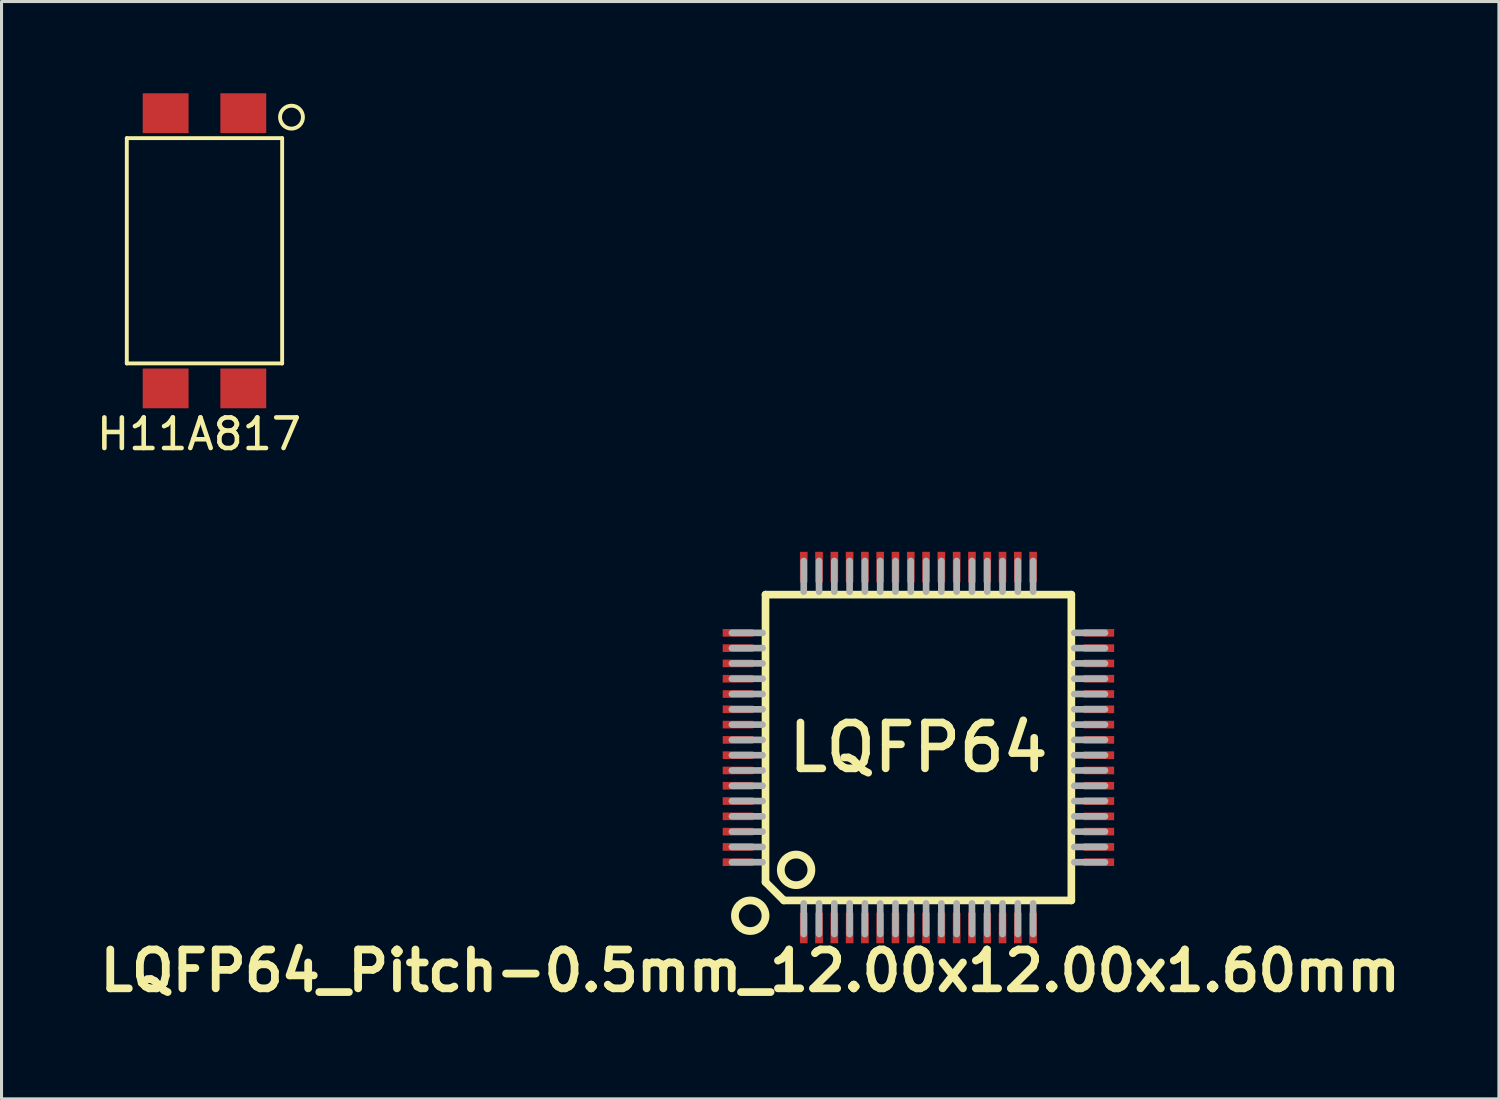
<source format=kicad_pcb>
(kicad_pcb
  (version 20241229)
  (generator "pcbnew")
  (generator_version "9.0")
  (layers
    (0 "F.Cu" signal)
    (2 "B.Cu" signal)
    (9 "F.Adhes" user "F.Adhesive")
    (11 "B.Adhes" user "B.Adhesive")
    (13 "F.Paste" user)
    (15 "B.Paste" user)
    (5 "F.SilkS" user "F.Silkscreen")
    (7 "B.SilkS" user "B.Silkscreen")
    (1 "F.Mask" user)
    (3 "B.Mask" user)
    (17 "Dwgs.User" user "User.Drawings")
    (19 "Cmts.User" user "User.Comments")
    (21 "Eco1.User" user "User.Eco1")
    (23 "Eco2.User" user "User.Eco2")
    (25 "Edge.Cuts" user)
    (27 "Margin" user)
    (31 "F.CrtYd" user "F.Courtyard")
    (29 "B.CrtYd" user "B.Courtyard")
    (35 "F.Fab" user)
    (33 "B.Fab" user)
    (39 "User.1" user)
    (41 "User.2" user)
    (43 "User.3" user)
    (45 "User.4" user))
  (footprint "H11A817"
    (layer "F.Cu")
    (at 3.636 5.15)
    (property "Reference" "H11A817" (at -0.178 5.994 0) (layer "F.SilkS") (effects (font (size 1 1) (thickness 0.15))))
    (attr smd)
    (fp_line (start -2.54 -3.683) (end -2.54 3.683) (stroke (width 0.127) (type solid)) (layer "F.SilkS"))
    (fp_line (start -2.54 3.683) (end 2.54 3.683) (stroke (width 0.127) (type solid)) (layer "F.SilkS"))
    (fp_line (start 2.54 -3.683) (end -2.54 -3.683) (stroke (width 0.127) (type solid)) (layer "F.SilkS"))
    (fp_line (start 2.54 3.683) (end 2.54 -3.683) (stroke (width 0.127) (type solid)) (layer "F.SilkS"))
    (fp_circle (center 2.845 -4.369) (end 3.175 -4.191) (stroke (width 0.127) (type solid)) (fill no) (layer "F.SilkS"))
    (pad "1" smd rect (at 1.27 -4.5) (size 1.5 1.3) (layers "F.Cu" "F.Mask" "F.Paste"))
    (pad "2" smd rect (at -1.27 -4.5) (size 1.5 1.3) (layers "F.Cu" "F.Mask" "F.Paste"))
    (pad "3" smd rect (at -1.27 4.5) (size 1.5 1.3) (layers "F.Cu" "F.Mask" "F.Paste"))
    (pad "4" smd rect (at 1.27 4.5) (size 1.5 1.3) (layers "F.Cu" "F.Mask" "F.Paste")))
  (footprint "LQFP64_Pitch-0.5mm_12.00x12.00x1.60mm"
    (layer "F.Cu")
    (at 26.981 21.393)
    (property "Reference" "LQFP64_Pitch-0.5mm_12.00x12.00x1.60mm" (at -5.5 7.3 0) (layer "F.SilkS") (effects (font (size 1.27 1.27) (thickness 0.254))))
    (attr smd)
    (fp_line (start -5 -5) (end 5 -5) (stroke (width 0.25) (type solid)) (layer "F.SilkS"))
    (fp_line (start -5 4.4) (end -5 -5) (stroke (width 0.25) (type solid)) (layer "F.SilkS"))
    (fp_line (start -4.4 5) (end -5 4.4) (stroke (width 0.25) (type solid)) (layer "F.SilkS"))
    (fp_line (start 5 -5) (end 5 5) (stroke (width 0.25) (type solid)) (layer "F.SilkS"))
    (fp_line (start 5 5) (end -4.4 5) (stroke (width 0.25) (type solid)) (layer "F.SilkS"))
    (fp_circle (center -5.5 5.5) (end -6 5.5) (stroke (width 0.254) (type solid)) (fill no) (layer "F.SilkS"))
    (fp_circle (center -4 4) (end -4 4.5) (stroke (width 0.254) (type solid)) (fill no) (layer "F.SilkS"))
    (fp_line (start -5.098 -3.75) (end -6.099 -3.75) (stroke (width 0.218) (type solid)) (layer "F.Fab"))
    (fp_line (start -5.098 -3.25) (end -6.099 -3.25) (stroke (width 0.218) (type solid)) (layer "F.Fab"))
    (fp_line (start -5.098 -2.75) (end -6.099 -2.75) (stroke (width 0.218) (type solid)) (layer "F.Fab"))
    (fp_line (start -5.098 -2.25) (end -6.099 -2.25) (stroke (width 0.218) (type solid)) (layer "F.Fab"))
    (fp_line (start -5.098 -1.75) (end -6.099 -1.75) (stroke (width 0.218) (type solid)) (layer "F.Fab"))
    (fp_line (start -5.098 -1.25) (end -6.099 -1.25) (stroke (width 0.218) (type solid)) (layer "F.Fab"))
    (fp_line (start -5.098 -0.75) (end -6.099 -0.75) (stroke (width 0.218) (type solid)) (layer "F.Fab"))
    (fp_line (start -5.098 -0.25) (end -6.099 -0.25) (stroke (width 0.218) (type solid)) (layer "F.Fab"))
    (fp_line (start -5.098 0.25) (end -6.099 0.25) (stroke (width 0.218) (type solid)) (layer "F.Fab"))
    (fp_line (start -5.098 0.75) (end -6.099 0.75) (stroke (width 0.218) (type solid)) (layer "F.Fab"))
    (fp_line (start -5.098 1.25) (end -6.099 1.25) (stroke (width 0.218) (type solid)) (layer "F.Fab"))
    (fp_line (start -5.098 1.75) (end -6.099 1.75) (stroke (width 0.218) (type solid)) (layer "F.Fab"))
    (fp_line (start -5.098 2.25) (end -6.099 2.25) (stroke (width 0.218) (type solid)) (layer "F.Fab"))
    (fp_line (start -5.098 2.75) (end -6.099 2.75) (stroke (width 0.218) (type solid)) (layer "F.Fab"))
    (fp_line (start -5.098 3.25) (end -6.099 3.25) (stroke (width 0.218) (type solid)) (layer "F.Fab"))
    (fp_line (start -5.098 3.75) (end -6.099 3.75) (stroke (width 0.218) (type solid)) (layer "F.Fab"))
    (fp_line (start -3.75 -5.098) (end -3.75 -6.099) (stroke (width 0.218) (type solid)) (layer "F.Fab"))
    (fp_line (start -3.75 5.098) (end -3.75 6.099) (stroke (width 0.218) (type solid)) (layer "F.Fab"))
    (fp_line (start -3.25 -5.098) (end -3.25 -6.099) (stroke (width 0.218) (type solid)) (layer "F.Fab"))
    (fp_line (start -3.25 5.098) (end -3.25 6.099) (stroke (width 0.218) (type solid)) (layer "F.Fab"))
    (fp_line (start -2.75 -5.098) (end -2.75 -6.099) (stroke (width 0.218) (type solid)) (layer "F.Fab"))
    (fp_line (start -2.75 5.098) (end -2.75 6.099) (stroke (width 0.218) (type solid)) (layer "F.Fab"))
    (fp_line (start -2.25 -5.098) (end -2.25 -6.099) (stroke (width 0.218) (type solid)) (layer "F.Fab"))
    (fp_line (start -2.25 5.098) (end -2.25 6.099) (stroke (width 0.218) (type solid)) (layer "F.Fab"))
    (fp_line (start -1.75 -5.098) (end -1.75 -6.099) (stroke (width 0.218) (type solid)) (layer "F.Fab"))
    (fp_line (start -1.75 5.098) (end -1.75 6.099) (stroke (width 0.218) (type solid)) (layer "F.Fab"))
    (fp_line (start -1.25 -5.098) (end -1.25 -6.099) (stroke (width 0.218) (type solid)) (layer "F.Fab"))
    (fp_line (start -1.25 5.098) (end -1.25 6.099) (stroke (width 0.218) (type solid)) (layer "F.Fab"))
    (fp_line (start -0.75 -5.098) (end -0.75 -6.099) (stroke (width 0.218) (type solid)) (layer "F.Fab"))
    (fp_line (start -0.75 5.098) (end -0.75 6.099) (stroke (width 0.218) (type solid)) (layer "F.Fab"))
    (fp_line (start -0.25 -5.098) (end -0.25 -6.099) (stroke (width 0.218) (type solid)) (layer "F.Fab"))
    (fp_line (start -0.25 5.098) (end -0.25 6.099) (stroke (width 0.218) (type solid)) (layer "F.Fab"))
    (fp_line (start 0.25 -5.098) (end 0.25 -6.099) (stroke (width 0.218) (type solid)) (layer "F.Fab"))
    (fp_line (start 0.25 5.098) (end 0.25 6.099) (stroke (width 0.218) (type solid)) (layer "F.Fab"))
    (fp_line (start 0.75 -5.098) (end 0.75 -6.099) (stroke (width 0.218) (type solid)) (layer "F.Fab"))
    (fp_line (start 0.75 5.098) (end 0.75 6.099) (stroke (width 0.218) (type solid)) (layer "F.Fab"))
    (fp_line (start 1.25 -5.098) (end 1.25 -6.099) (stroke (width 0.218) (type solid)) (layer "F.Fab"))
    (fp_line (start 1.25 5.098) (end 1.25 6.099) (stroke (width 0.218) (type solid)) (layer "F.Fab"))
    (fp_line (start 1.75 -5.098) (end 1.75 -6.099) (stroke (width 0.218) (type solid)) (layer "F.Fab"))
    (fp_line (start 1.75 5.098) (end 1.75 6.099) (stroke (width 0.218) (type solid)) (layer "F.Fab"))
    (fp_line (start 2.25 -5.098) (end 2.25 -6.099) (stroke (width 0.218) (type solid)) (layer "F.Fab"))
    (fp_line (start 2.25 5.098) (end 2.25 6.099) (stroke (width 0.218) (type solid)) (layer "F.Fab"))
    (fp_line (start 2.75 -5.098) (end 2.75 -6.099) (stroke (width 0.218) (type solid)) (layer "F.Fab"))
    (fp_line (start 2.75 5.098) (end 2.75 6.099) (stroke (width 0.218) (type solid)) (layer "F.Fab"))
    (fp_line (start 3.25 -5.098) (end 3.25 -6.099) (stroke (width 0.218) (type solid)) (layer "F.Fab"))
    (fp_line (start 3.25 5.098) (end 3.25 6.099) (stroke (width 0.218) (type solid)) (layer "F.Fab"))
    (fp_line (start 3.75 -5.098) (end 3.75 -6.099) (stroke (width 0.218) (type solid)) (layer "F.Fab"))
    (fp_line (start 3.75 5.098) (end 3.75 6.099) (stroke (width 0.218) (type solid)) (layer "F.Fab"))
    (fp_line (start 5.098 -3.75) (end 6.099 -3.75) (stroke (width 0.218) (type solid)) (layer "F.Fab"))
    (fp_line (start 5.098 -3.25) (end 6.099 -3.25) (stroke (width 0.218) (type solid)) (layer "F.Fab"))
    (fp_line (start 5.098 -2.75) (end 6.099 -2.75) (stroke (width 0.218) (type solid)) (layer "F.Fab"))
    (fp_line (start 5.098 -2.25) (end 6.099 -2.25) (stroke (width 0.218) (type solid)) (layer "F.Fab"))
    (fp_line (start 5.098 -1.75) (end 6.099 -1.75) (stroke (width 0.218) (type solid)) (layer "F.Fab"))
    (fp_line (start 5.098 -1.25) (end 6.099 -1.25) (stroke (width 0.218) (type solid)) (layer "F.Fab"))
    (fp_line (start 5.098 -0.75) (end 6.099 -0.75) (stroke (width 0.218) (type solid)) (layer "F.Fab"))
    (fp_line (start 5.098 -0.25) (end 6.099 -0.25) (stroke (width 0.218) (type solid)) (layer "F.Fab"))
    (fp_line (start 5.098 0.25) (end 6.099 0.25) (stroke (width 0.218) (type solid)) (layer "F.Fab"))
    (fp_line (start 5.098 0.75) (end 6.099 0.75) (stroke (width 0.218) (type solid)) (layer "F.Fab"))
    (fp_line (start 5.098 1.25) (end 6.099 1.25) (stroke (width 0.218) (type solid)) (layer "F.Fab"))
    (fp_line (start 5.098 1.75) (end 6.099 1.75) (stroke (width 0.218) (type solid)) (layer "F.Fab"))
    (fp_line (start 5.098 2.25) (end 6.099 2.25) (stroke (width 0.218) (type solid)) (layer "F.Fab"))
    (fp_line (start 5.098 2.75) (end 6.099 2.75) (stroke (width 0.218) (type solid)) (layer "F.Fab"))
    (fp_line (start 5.098 3.25) (end 6.099 3.25) (stroke (width 0.218) (type solid)) (layer "F.Fab"))
    (fp_line (start 5.098 3.75) (end 6.099 3.75) (stroke (width 0.218) (type solid)) (layer "F.Fab"))
    (fp_text user "LQFP64" (at 0 0 0) (layer "F.SilkS") (effects (font (size 1.5 1.5) (thickness 0.25))))
    (pad "1" smd rect (at -3.75 5.9 90) (size 1 0.25) (layers "F.Cu" "F.Mask" "F.Paste"))
    (pad "2" smd rect (at -3.25 5.9 90) (size 1 0.25) (layers "F.Cu" "F.Mask" "F.Paste"))
    (pad "3" smd rect (at -2.75 5.9 90) (size 1 0.25) (layers "F.Cu" "F.Mask" "F.Paste"))
    (pad "4" smd rect (at -2.25 5.9 90) (size 1 0.25) (layers "F.Cu" "F.Mask" "F.Paste"))
    (pad "5" smd rect (at -1.75 5.9 90) (size 1 0.25) (layers "F.Cu" "F.Mask" "F.Paste"))
    (pad "6" smd rect (at -1.25 5.9 90) (size 1 0.25) (layers "F.Cu" "F.Mask" "F.Paste"))
    (pad "7" smd rect (at -0.75 5.9 90) (size 1 0.25) (layers "F.Cu" "F.Mask" "F.Paste"))
    (pad "8" smd rect (at -0.25 5.9 90) (size 1 0.25) (layers "F.Cu" "F.Mask" "F.Paste"))
    (pad "9" smd rect (at 0.25 5.9 90) (size 1 0.25) (layers "F.Cu" "F.Mask" "F.Paste"))
    (pad "10" smd rect (at 0.75 5.9 90) (size 1 0.25) (layers "F.Cu" "F.Mask" "F.Paste"))
    (pad "11" smd rect (at 1.25 5.9 90) (size 1 0.25) (layers "F.Cu" "F.Mask" "F.Paste"))
    (pad "12" smd rect (at 1.75 5.9 90) (size 1 0.25) (layers "F.Cu" "F.Mask" "F.Paste"))
    (pad "13" smd rect (at 2.25 5.9 90) (size 1 0.25) (layers "F.Cu" "F.Mask" "F.Paste"))
    (pad "14" smd rect (at 2.75 5.9 90) (size 1 0.25) (layers "F.Cu" "F.Mask" "F.Paste"))
    (pad "15" smd rect (at 3.25 5.9 90) (size 1 0.25) (layers "F.Cu" "F.Mask" "F.Paste"))
    (pad "16" smd rect (at 3.75 5.9 90) (size 1 0.25) (layers "F.Cu" "F.Mask" "F.Paste"))
    (pad "17" smd rect (at 5.9 3.75 90) (size 0.25 1) (layers "F.Cu" "F.Mask" "F.Paste"))
    (pad "18" smd rect (at 5.9 3.25 90) (size 0.25 1) (layers "F.Cu" "F.Mask" "F.Paste"))
    (pad "19" smd rect (at 5.9 2.75 90) (size 0.25 1) (layers "F.Cu" "F.Mask" "F.Paste"))
    (pad "20" smd rect (at 5.9 2.25 90) (size 0.25 1) (layers "F.Cu" "F.Mask" "F.Paste"))
    (pad "21" smd rect (at 5.9 1.75 90) (size 0.25 1) (layers "F.Cu" "F.Mask" "F.Paste"))
    (pad "22" smd rect (at 5.9 1.25 90) (size 0.25 1) (layers "F.Cu" "F.Mask" "F.Paste"))
    (pad "23" smd rect (at 5.9 0.75 90) (size 0.25 1) (layers "F.Cu" "F.Mask" "F.Paste"))
    (pad "24" smd rect (at 5.9 0.25 90) (size 0.25 1) (layers "F.Cu" "F.Mask" "F.Paste"))
    (pad "25" smd rect (at 5.9 -0.25 90) (size 0.25 1) (layers "F.Cu" "F.Mask" "F.Paste"))
    (pad "26" smd rect (at 5.9 -0.75 90) (size 0.25 1) (layers "F.Cu" "F.Mask" "F.Paste"))
    (pad "27" smd rect (at 5.9 -1.25 90) (size 0.25 1) (layers "F.Cu" "F.Mask" "F.Paste"))
    (pad "28" smd rect (at 5.9 -1.75 90) (size 0.25 1) (layers "F.Cu" "F.Mask" "F.Paste"))
    (pad "29" smd rect (at 5.9 -2.25 90) (size 0.25 1) (layers "F.Cu" "F.Mask" "F.Paste"))
    (pad "30" smd rect (at 5.9 -2.75 90) (size 0.25 1) (layers "F.Cu" "F.Mask" "F.Paste"))
    (pad "31" smd rect (at 5.9 -3.25 90) (size 0.25 1) (layers "F.Cu" "F.Mask" "F.Paste"))
    (pad "32" smd rect (at 5.9 -3.75 90) (size 0.25 1) (layers "F.Cu" "F.Mask" "F.Paste"))
    (pad "33" smd rect (at 3.75 -5.9 90) (size 1 0.25) (layers "F.Cu" "F.Mask" "F.Paste"))
    (pad "34" smd rect (at 3.25 -5.9 90) (size 1 0.25) (layers "F.Cu" "F.Mask" "F.Paste"))
    (pad "35" smd rect (at 2.75 -5.9 90) (size 1 0.25) (layers "F.Cu" "F.Mask" "F.Paste"))
    (pad "36" smd rect (at 2.25 -5.9 90) (size 1 0.25) (layers "F.Cu" "F.Mask" "F.Paste"))
    (pad "37" smd rect (at 1.75 -5.9 90) (size 1 0.25) (layers "F.Cu" "F.Mask" "F.Paste"))
    (pad "38" smd rect (at 1.25 -5.9 90) (size 1 0.25) (layers "F.Cu" "F.Mask" "F.Paste"))
    (pad "39" smd rect (at 0.75 -5.9 90) (size 1 0.25) (layers "F.Cu" "F.Mask" "F.Paste"))
    (pad "40" smd rect (at 0.25 -5.9 90) (size 1 0.25) (layers "F.Cu" "F.Mask" "F.Paste"))
    (pad "41" smd rect (at -0.25 -5.9 90) (size 1 0.25) (layers "F.Cu" "F.Mask" "F.Paste"))
    (pad "42" smd rect (at -0.75 -5.9 90) (size 1 0.25) (layers "F.Cu" "F.Mask" "F.Paste"))
    (pad "43" smd rect (at -1.25 -5.9 90) (size 1 0.25) (layers "F.Cu" "F.Mask" "F.Paste"))
    (pad "44" smd rect (at -1.75 -5.9 90) (size 1 0.25) (layers "F.Cu" "F.Mask" "F.Paste"))
    (pad "45" smd rect (at -2.25 -5.9 90) (size 1 0.25) (layers "F.Cu" "F.Mask" "F.Paste"))
    (pad "46" smd rect (at -2.75 -5.9 90) (size 1 0.25) (layers "F.Cu" "F.Mask" "F.Paste"))
    (pad "47" smd rect (at -3.25 -5.9 90) (size 1 0.25) (layers "F.Cu" "F.Mask" "F.Paste"))
    (pad "48" smd rect (at -3.75 -5.9 90) (size 1 0.25) (layers "F.Cu" "F.Mask" "F.Paste"))
    (pad "49" smd rect (at -5.9 -3.75 90) (size 0.25 1) (layers "F.Cu" "F.Mask" "F.Paste"))
    (pad "50" smd rect (at -5.9 -3.25 90) (size 0.25 1) (layers "F.Cu" "F.Mask" "F.Paste"))
    (pad "51" smd rect (at -5.9 -2.75 90) (size 0.25 1) (layers "F.Cu" "F.Mask" "F.Paste"))
    (pad "52" smd rect (at -5.9 -2.25 90) (size 0.25 1) (layers "F.Cu" "F.Mask" "F.Paste"))
    (pad "53" smd rect (at -5.9 -1.75 90) (size 0.25 1) (layers "F.Cu" "F.Mask" "F.Paste"))
    (pad "54" smd rect (at -5.9 -1.25 90) (size 0.25 1) (layers "F.Cu" "F.Mask" "F.Paste"))
    (pad "55" smd rect (at -5.9 -0.75 90) (size 0.25 1) (layers "F.Cu" "F.Mask" "F.Paste"))
    (pad "56" smd rect (at -5.9 -0.25 90) (size 0.25 1) (layers "F.Cu" "F.Mask" "F.Paste"))
    (pad "57" smd rect (at -5.9 0.25 90) (size 0.25 1) (layers "F.Cu" "F.Mask" "F.Paste"))
    (pad "58" smd rect (at -5.9 0.75 90) (size 0.25 1) (layers "F.Cu" "F.Mask" "F.Paste"))
    (pad "59" smd rect (at -5.9 1.25 90) (size 0.25 1) (layers "F.Cu" "F.Mask" "F.Paste"))
    (pad "60" smd rect (at -5.9 1.75 90) (size 0.25 1) (layers "F.Cu" "F.Mask" "F.Paste"))
    (pad "61" smd rect (at -5.9 2.25 90) (size 0.25 1) (layers "F.Cu" "F.Mask" "F.Paste"))
    (pad "62" smd rect (at -5.9 2.75 90) (size 0.25 1) (layers "F.Cu" "F.Mask" "F.Paste"))
    (pad "63" smd rect (at -5.9 3.25 90) (size 0.25 1) (layers "F.Cu" "F.Mask" "F.Paste"))
    (pad "64" smd rect (at -5.9 3.75 90) (size 0.25 1) (layers "F.Cu" "F.Mask" "F.Paste")))
  (gr_rect
    (start -3 -3)
    (end 45.962 32.881)
    (stroke (width 0.1) (type default))
    (fill no)
    (layer "Edge.Cuts")))
</source>
